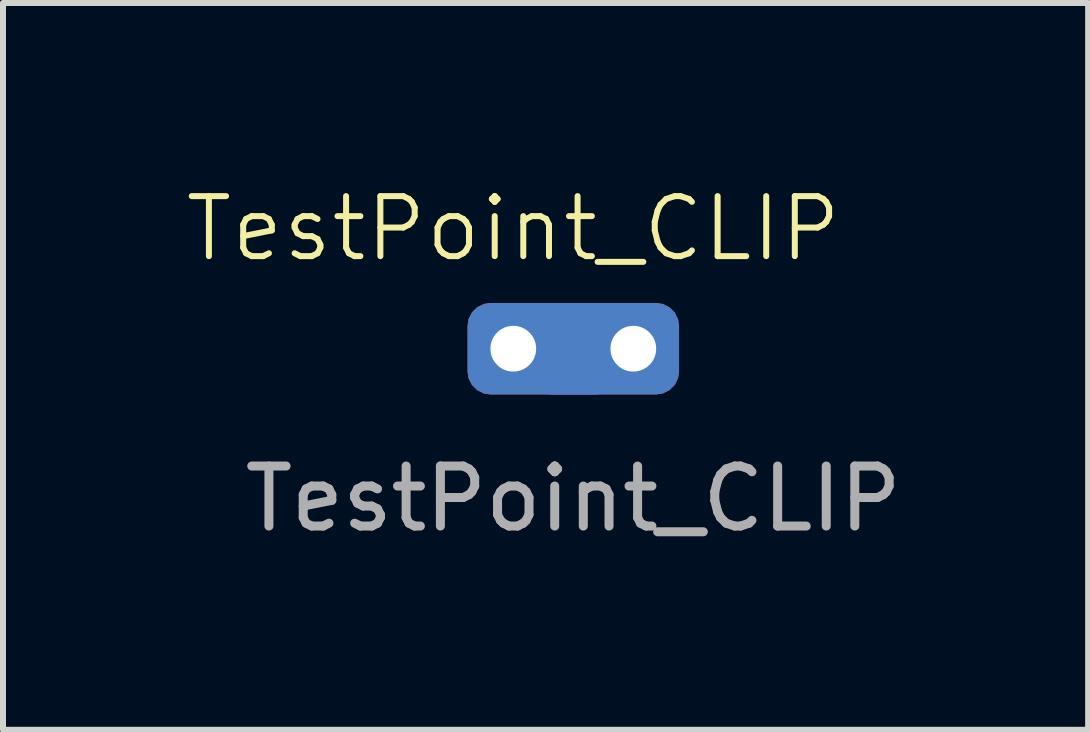
<source format=kicad_pcb>
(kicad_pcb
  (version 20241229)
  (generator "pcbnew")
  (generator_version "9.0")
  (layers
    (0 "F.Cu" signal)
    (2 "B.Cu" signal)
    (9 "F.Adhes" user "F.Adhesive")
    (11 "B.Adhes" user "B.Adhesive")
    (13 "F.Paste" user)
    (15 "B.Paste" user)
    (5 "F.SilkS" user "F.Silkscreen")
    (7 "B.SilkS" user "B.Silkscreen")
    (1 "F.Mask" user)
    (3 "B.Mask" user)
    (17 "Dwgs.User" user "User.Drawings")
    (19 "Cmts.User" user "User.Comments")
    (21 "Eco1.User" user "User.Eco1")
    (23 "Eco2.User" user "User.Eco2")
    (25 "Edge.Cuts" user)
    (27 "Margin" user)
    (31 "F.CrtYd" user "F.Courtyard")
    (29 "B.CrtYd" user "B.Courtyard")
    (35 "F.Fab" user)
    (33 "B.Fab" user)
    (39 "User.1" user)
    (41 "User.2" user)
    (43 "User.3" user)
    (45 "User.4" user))
  (footprint "TestPoint_CLIP"
    (layer "F.Cu")
    (at 6.502 2.76)
    (property "Reference" "TestPoint_CLIP" (at -1 -2 0) (unlocked yes) (layer "F.SilkS") (effects (font (size 1 1) (thickness 0.1))))
    (attr through_hole)
    (fp_text user "${REFERENCE}" (at 0 2.5 0) (unlocked yes) (layer "F.Fab") (effects (font (size 1 1) (thickness 0.15))))
    (pad "1" thru_hole roundrect (at -1 0) (size 2.524 1.524) (drill 0.762 (offset 0.5 0)) (layers "*.Cu" "*.Mask") (roundrect_rratio 0.25))
    (pad "1" thru_hole roundrect (at 1 0) (size 2.524 1.524) (drill 0.762 (offset -0.5 0)) (layers "*.Cu" "*.Mask") (roundrect_rratio 0.25)))
  (gr_rect
    (start -3 -3)
    (end 15.08 9.109)
    (stroke (width 0.1) (type default))
    (fill no)
    (layer "Edge.Cuts")))
</source>
